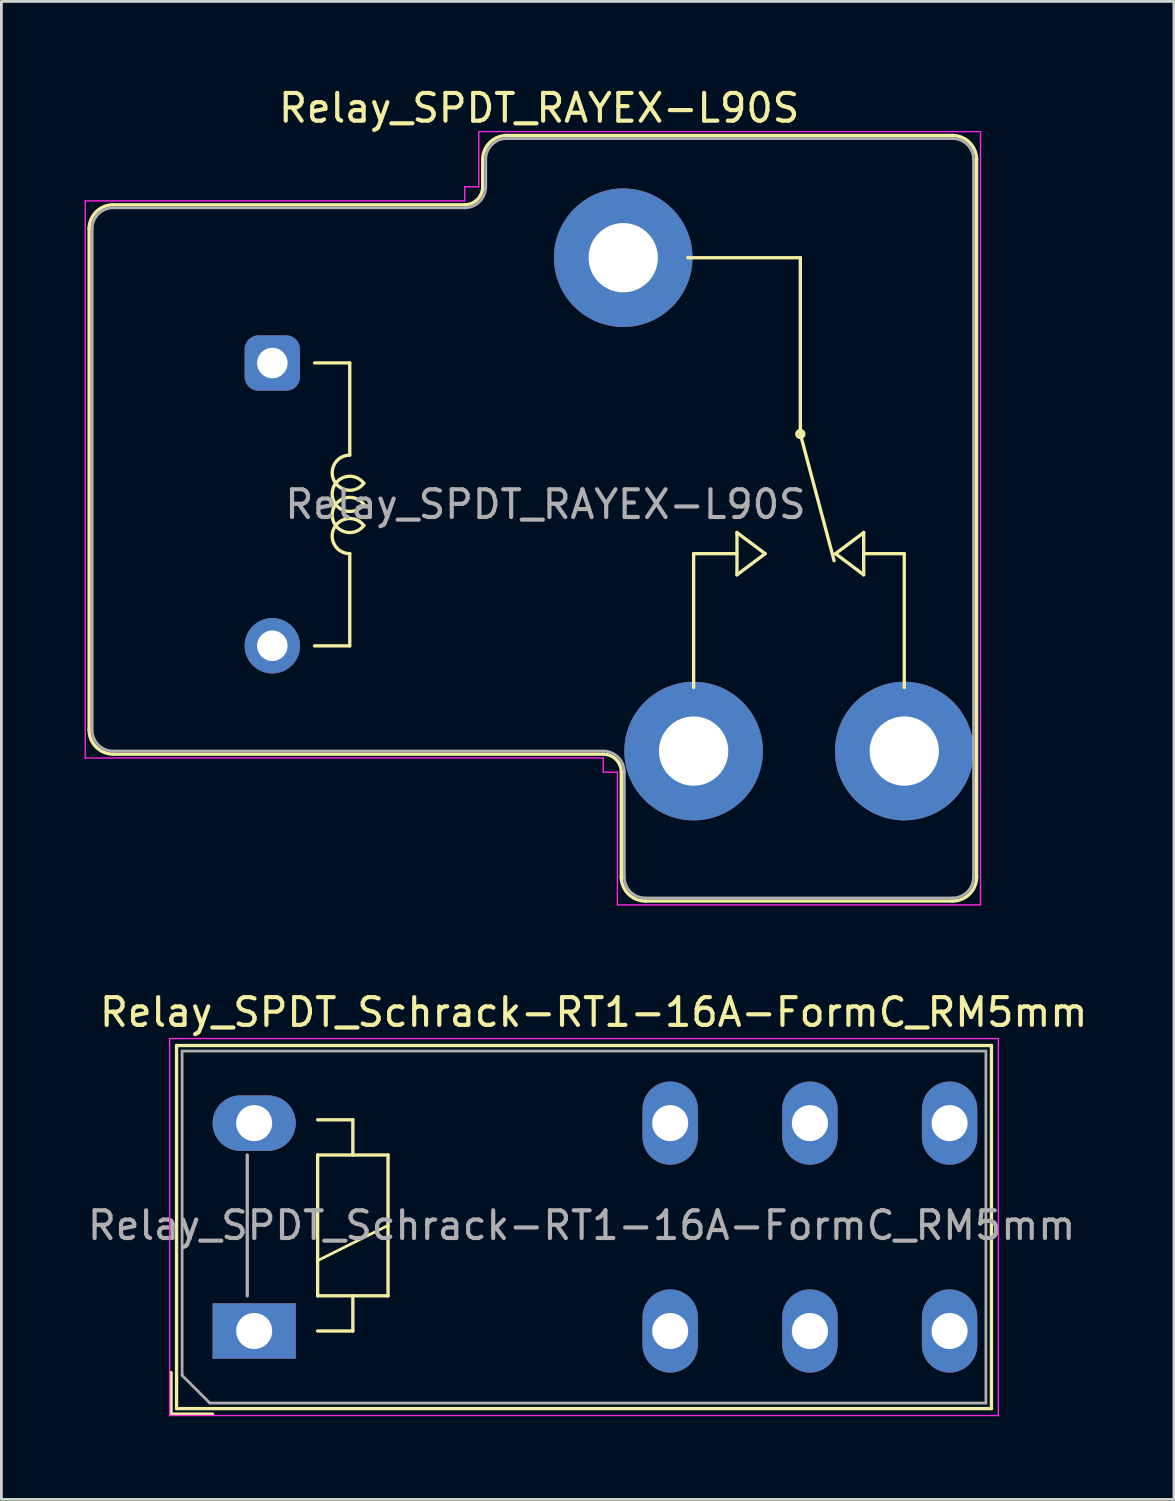
<source format=kicad_pcb>
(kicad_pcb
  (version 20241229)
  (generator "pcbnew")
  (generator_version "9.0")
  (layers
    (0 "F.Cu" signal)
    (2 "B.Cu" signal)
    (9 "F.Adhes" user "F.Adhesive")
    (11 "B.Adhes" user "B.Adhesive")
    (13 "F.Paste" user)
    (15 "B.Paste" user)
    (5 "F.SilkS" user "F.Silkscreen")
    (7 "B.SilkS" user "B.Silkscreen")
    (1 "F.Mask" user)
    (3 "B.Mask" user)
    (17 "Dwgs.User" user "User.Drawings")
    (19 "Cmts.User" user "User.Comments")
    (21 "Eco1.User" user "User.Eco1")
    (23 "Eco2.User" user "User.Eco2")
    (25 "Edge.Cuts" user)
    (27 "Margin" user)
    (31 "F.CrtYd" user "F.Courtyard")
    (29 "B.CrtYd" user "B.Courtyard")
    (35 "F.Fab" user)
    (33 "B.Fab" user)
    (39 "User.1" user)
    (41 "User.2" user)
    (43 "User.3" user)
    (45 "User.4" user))
  (footprint "Relay_SPDT_RAYEX-L90S"
    (layer "F.Cu")
    (at 4.235 15.148)
    (property "Reference" "Relay_SPDT_RAYEX-L90S" (at 12.167 -14.3 0) (layer "F.SilkS") (effects (font (size 1 1) (thickness 0.15))))
    (attr through_hole)
    (fp_line (start -4.07 -9.94) (end -4.07 8.14) (stroke (width 0.12) (type solid)) (layer "F.SilkS"))
    (fp_line (start -3.2 -10.81) (end 9.48 -10.81) (stroke (width 0.12) (type solid)) (layer "F.SilkS"))
    (fp_line (start -3.2 9.01) (end 14.48 9.01) (stroke (width 0.12) (type solid)) (layer "F.SilkS"))
    (fp_line (start 4.064 -5.105) (end 5.334 -5.105) (stroke (width 0.12) (type solid)) (layer "F.SilkS"))
    (fp_line (start 5.334 -1.778) (end 5.334 -5.105) (stroke (width 0.12) (type solid)) (layer "F.SilkS"))
    (fp_line (start 5.334 5.105) (end 4.064 5.105) (stroke (width 0.12) (type solid)) (layer "F.SilkS"))
    (fp_line (start 5.334 5.105) (end 5.334 1.778) (stroke (width 0.12) (type solid)) (layer "F.SilkS"))
    (fp_line (start 10.13 -12.44) (end 10.13 -11.46) (stroke (width 0.12) (type solid)) (layer "F.SilkS"))
    (fp_line (start 11 -13.31) (end 27.08 -13.31) (stroke (width 0.12) (type solid)) (layer "F.SilkS"))
    (fp_line (start 15.13 9.66) (end 15.13 13.44) (stroke (width 0.12) (type solid)) (layer "F.SilkS"))
    (fp_line (start 16 14.31) (end 27.08 14.31) (stroke (width 0.12) (type solid)) (layer "F.SilkS"))
    (fp_line (start 17.74 1.778) (end 19.304 1.778) (stroke (width 0.12) (type solid)) (layer "F.SilkS"))
    (fp_line (start 17.74 6.604) (end 17.74 1.778) (stroke (width 0.12) (type solid)) (layer "F.SilkS"))
    (fp_line (start 19.304 1.016) (end 19.304 2.54) (stroke (width 0.12) (type solid)) (layer "F.SilkS"))
    (fp_line (start 19.304 2.54) (end 20.32 1.778) (stroke (width 0.12) (type solid)) (layer "F.SilkS"))
    (fp_line (start 20.32 1.778) (end 19.304 1.016) (stroke (width 0.12) (type solid)) (layer "F.SilkS"))
    (fp_line (start 21.59 -8.9) (end 17.526 -8.9) (stroke (width 0.12) (type solid)) (layer "F.SilkS"))
    (fp_line (start 21.59 -2.54) (end 21.59 -8.9) (stroke (width 0.12) (type solid)) (layer "F.SilkS"))
    (fp_line (start 21.59 -2.54) (end 22.809 2.032) (stroke (width 0.12) (type solid)) (layer "F.SilkS"))
    (fp_line (start 22.86 1.778) (end 23.876 1.016) (stroke (width 0.12) (type solid)) (layer "F.SilkS"))
    (fp_line (start 23.876 1.778) (end 25.34 1.778) (stroke (width 0.12) (type solid)) (layer "F.SilkS"))
    (fp_line (start 23.876 2.54) (end 22.86 1.778) (stroke (width 0.12) (type solid)) (layer "F.SilkS"))
    (fp_line (start 23.876 2.54) (end 23.876 1.016) (stroke (width 0.12) (type solid)) (layer "F.SilkS"))
    (fp_line (start 25.34 1.778) (end 25.34 6.604) (stroke (width 0.12) (type solid)) (layer "F.SilkS"))
    (fp_line (start 27.95 -12.44) (end 27.95 13.44) (stroke (width 0.12) (type solid)) (layer "F.SilkS"))
    (fp_arc (start -4.07 -9.94) (mid -3.815183 -10.555183) (end -3.2 -10.81) (stroke (width 0.12) (type solid)) (layer "F.SilkS"))
    (fp_arc (start -3.2 9.01) (mid -3.815183 8.755183) (end -4.07 8.14) (stroke (width 0.12) (type solid)) (layer "F.SilkS"))
    (fp_arc (start 5.334002 1.777997) (mid 4.765966 0.859166) (end 5.841802 0.76173) (stroke (width 0.12) (type solid)) (layer "F.SilkS"))
    (fp_arc (start 5.8418 -0.761733) (mid 4.765964 -0.859168) (end 5.334 -1.778) (stroke (width 0.12) (type solid)) (layer "F.SilkS"))
    (fp_arc (start 5.842265 -0.000355) (mid 4.699002 -0.38078) (end 5.842 -0.762001) (stroke (width 0.12) (type solid)) (layer "F.SilkS"))
    (fp_arc (start 5.842266 0.761644) (mid 4.699003 0.381219) (end 5.842001 -0.000002) (stroke (width 0.12) (type solid)) (layer "F.SilkS"))
    (fp_arc (start 10.13 -12.44) (mid 10.384817 -13.055183) (end 11 -13.31) (stroke (width 0.12) (type solid)) (layer "F.SilkS"))
    (fp_arc (start 10.13 -11.46) (mid 9.939619 -11.000381) (end 9.48 -10.81) (stroke (width 0.12) (type solid)) (layer "F.SilkS"))
    (fp_arc (start 14.48 9.01) (mid 14.939619 9.200381) (end 15.13 9.66) (stroke (width 0.12) (type solid)) (layer "F.SilkS"))
    (fp_arc (start 16 14.31) (mid 15.384817 14.055183) (end 15.13 13.44) (stroke (width 0.12) (type solid)) (layer "F.SilkS"))
    (fp_arc (start 27.08 -13.31) (mid 27.695183 -13.055183) (end 27.95 -12.44) (stroke (width 0.12) (type solid)) (layer "F.SilkS"))
    (fp_arc (start 27.95 13.44) (mid 27.695183 14.055183) (end 27.08 14.31) (stroke (width 0.12) (type solid)) (layer "F.SilkS"))
    (fp_circle (center 21.59 -2.54) (end 21.59 -2.413) (stroke (width 0.12) (type solid)) (fill no) (layer "F.SilkS"))
    (fp_line (start -4.21 -10.95) (end -4.21 9.15) (stroke (width 0.05) (type solid)) (layer "F.CrtYd"))
    (fp_line (start -4.21 -10.95) (end 9.48 -10.95) (stroke (width 0.05) (type solid)) (layer "F.CrtYd"))
    (fp_line (start -4.21 9.15) (end 14.48 9.15) (stroke (width 0.05) (type solid)) (layer "F.CrtYd"))
    (fp_line (start 9.48 -11.46) (end 9.48 -10.95) (stroke (width 0.05) (type solid)) (layer "F.CrtYd"))
    (fp_line (start 9.48 -11.46) (end 9.99 -11.46) (stroke (width 0.05) (type solid)) (layer "F.CrtYd"))
    (fp_line (start 9.99 -13.45) (end 9.99 -11.46) (stroke (width 0.05) (type solid)) (layer "F.CrtYd"))
    (fp_line (start 9.99 -13.45) (end 28.09 -13.45) (stroke (width 0.05) (type solid)) (layer "F.CrtYd"))
    (fp_line (start 14.48 9.15) (end 14.48 9.66) (stroke (width 0.05) (type solid)) (layer "F.CrtYd"))
    (fp_line (start 14.48 9.66) (end 14.99 9.66) (stroke (width 0.05) (type solid)) (layer "F.CrtYd"))
    (fp_line (start 14.99 9.66) (end 14.99 14.45) (stroke (width 0.05) (type solid)) (layer "F.CrtYd"))
    (fp_line (start 14.99 14.45) (end 28.09 14.45) (stroke (width 0.05) (type solid)) (layer "F.CrtYd"))
    (fp_line (start 28.09 -13.45) (end 28.09 14.45) (stroke (width 0.05) (type solid)) (layer "F.CrtYd"))
    (fp_line (start -3.96 -9.94) (end -3.96 8.14) (stroke (width 0.1) (type solid)) (layer "F.Fab"))
    (fp_line (start -3.2 -10.7) (end 9.48 -10.7) (stroke (width 0.1) (type solid)) (layer "F.Fab"))
    (fp_line (start -3.2 8.9) (end 14.48 8.9) (stroke (width 0.1) (type solid)) (layer "F.Fab"))
    (fp_line (start 10.24 -12.44) (end 10.24 -11.46) (stroke (width 0.1) (type solid)) (layer "F.Fab"))
    (fp_line (start 11 -13.2) (end 27.08 -13.2) (stroke (width 0.1) (type solid)) (layer "F.Fab"))
    (fp_line (start 15.24 9.66) (end 15.24 13.44) (stroke (width 0.1) (type solid)) (layer "F.Fab"))
    (fp_line (start 16 14.2) (end 27.08 14.2) (stroke (width 0.1) (type solid)) (layer "F.Fab"))
    (fp_line (start 27.84 -12.44) (end 27.84 13.44) (stroke (width 0.1) (type solid)) (layer "F.Fab"))
    (fp_arc (start -3.96 -9.94) (mid -3.737401 -10.477401) (end -3.2 -10.7) (stroke (width 0.1) (type solid)) (layer "F.Fab"))
    (fp_arc (start -3.2 8.9) (mid -3.737401 8.677401) (end -3.96 8.14) (stroke (width 0.1) (type solid)) (layer "F.Fab"))
    (fp_arc (start 10.24 -12.44) (mid 10.462599 -12.977401) (end 11 -13.2) (stroke (width 0.1) (type solid)) (layer "F.Fab"))
    (fp_arc (start 10.24 -11.46) (mid 10.017401 -10.922599) (end 9.48 -10.7) (stroke (width 0.1) (type solid)) (layer "F.Fab"))
    (fp_arc (start 14.48 8.9) (mid 15.017401 9.122599) (end 15.24 9.66) (stroke (width 0.1) (type solid)) (layer "F.Fab"))
    (fp_arc (start 16 14.2) (mid 15.462599 13.977401) (end 15.24 13.44) (stroke (width 0.1) (type solid)) (layer "F.Fab"))
    (fp_arc (start 27.08 -13.2) (mid 27.617401 -12.977401) (end 27.84 -12.44) (stroke (width 0.1) (type solid)) (layer "F.Fab"))
    (fp_arc (start 27.84 13.44) (mid 27.617401 13.977401) (end 27.08 14.2) (stroke (width 0.1) (type solid)) (layer "F.Fab"))
    (fp_text user "${REFERENCE}" (at 12.395 0 0) (layer "F.Fab") (effects (font (size 1 1) (thickness 0.15))))
    (pad "11" thru_hole circle (at 15.2 -8.9 180) (size 5 5) (drill 2.5) (layers "*.Cu" "*.Mask"))
    (pad "12" thru_hole circle (at 25.34 8.9 180) (size 5 5) (drill 2.5) (layers "*.Cu" "*.Mask"))
    (pad "14" thru_hole circle (at 17.74 8.9 180) (size 5 5) (drill 2.5) (layers "*.Cu" "*.Mask"))
    (pad "A1" thru_hole roundrect (at 2.54 -5.1 180) (size 2 2) (drill 1.1) (layers "*.Cu" "*.Mask") (roundrect_rratio 0.25))
    (pad "A2" thru_hole circle (at 2.54 5.1 180) (size 2 2) (drill 1.1) (layers "*.Cu" "*.Mask")))
  (footprint "Relay_SPDT_Schrack-RT1-16A-FormC_RM5mm"
    (layer "F.Cu")
    (at 5.87 44.971)
    (property "Reference" "Relay_SPDT_Schrack-RT1-16A-FormC_RM5mm" (at 12.5 -11.5 0) (layer "F.SilkS") (effects (font (size 1 1) (thickness 0.15))))
    (attr through_hole)
    (fp_line (start -2.75 1.5) (end -2.75 3) (stroke (width 0.12) (type solid)) (layer "F.SilkS"))
    (fp_line (start -2.75 3) (end -1.25 3) (stroke (width 0.12) (type solid)) (layer "F.SilkS"))
    (fp_line (start -2.55 -10.3) (end -2.55 2.8) (stroke (width 0.12) (type solid)) (layer "F.SilkS"))
    (fp_line (start -2.55 2.8) (end 26.85 2.8) (stroke (width 0.12) (type solid)) (layer "F.SilkS"))
    (fp_line (start 2.54 -6.35) (end 2.54 -1.27) (stroke (width 0.12) (type solid)) (layer "F.SilkS"))
    (fp_line (start 2.54 -2.54) (end 5.08 -3.81) (stroke (width 0.1) (type solid)) (layer "F.SilkS"))
    (fp_line (start 2.54 -1.27) (end 3.81 -1.27) (stroke (width 0.12) (type solid)) (layer "F.SilkS"))
    (fp_line (start 2.54 0) (end 3.81 0) (stroke (width 0.12) (type solid)) (layer "F.SilkS"))
    (fp_line (start 3.81 -7.62) (end 2.54 -7.62) (stroke (width 0.12) (type solid)) (layer "F.SilkS"))
    (fp_line (start 3.81 -6.35) (end 3.81 -7.62) (stroke (width 0.12) (type solid)) (layer "F.SilkS"))
    (fp_line (start 3.81 -1.27) (end 5.08 -1.27) (stroke (width 0.12) (type solid)) (layer "F.SilkS"))
    (fp_line (start 3.81 0) (end 3.81 -1.27) (stroke (width 0.12) (type solid)) (layer "F.SilkS"))
    (fp_line (start 5.08 -6.35) (end 2.54 -6.35) (stroke (width 0.12) (type solid)) (layer "F.SilkS"))
    (fp_line (start 5.08 -1.27) (end 5.08 -6.35) (stroke (width 0.12) (type solid)) (layer "F.SilkS"))
    (fp_line (start 26.85 -10.3) (end -2.55 -10.3) (stroke (width 0.12) (type solid)) (layer "F.SilkS"))
    (fp_line (start 26.85 2.8) (end 26.85 -10.3) (stroke (width 0.12) (type solid)) (layer "F.SilkS"))
    (fp_line (start -2.8 -10.55) (end -2.8 3.05) (stroke (width 0.05) (type solid)) (layer "F.CrtYd"))
    (fp_line (start -2.8 3.05) (end 27.1 3.05) (stroke (width 0.05) (type solid)) (layer "F.CrtYd"))
    (fp_line (start 27.1 -10.55) (end -2.8 -10.55) (stroke (width 0.05) (type solid)) (layer "F.CrtYd"))
    (fp_line (start 27.1 3.05) (end 27.1 -10.55) (stroke (width 0.05) (type solid)) (layer "F.CrtYd"))
    (fp_line (start -2.35 -10.1) (end -2.35 1.6) (stroke (width 0.1) (type solid)) (layer "F.Fab"))
    (fp_line (start -2.35 1.6) (end -1.35 2.6) (stroke (width 0.1) (type solid)) (layer "F.Fab"))
    (fp_line (start -1.35 2.6) (end 26.65 2.6) (stroke (width 0.1) (type solid)) (layer "F.Fab"))
    (fp_line (start 0 -1.27) (end 0 -6.35) (stroke (width 0.12) (type solid)) (layer "F.Fab"))
    (fp_line (start 26.65 -10.1) (end -2.35 -10.1) (stroke (width 0.1) (type solid)) (layer "F.Fab"))
    (fp_line (start 26.65 2.6) (end 26.65 -10.1) (stroke (width 0.1) (type solid)) (layer "F.Fab"))
    (fp_text user "${REFERENCE}" (at 12.065 -3.81 180) (layer "F.Fab") (effects (font (size 1 1) (thickness 0.15))))
    (pad "11" thru_hole oval (at 20.3 -7.5 180) (size 2 3) (drill 1.3) (layers "*.Cu" "*.Mask"))
    (pad "11" thru_hole oval (at 20.3 0 180) (size 2 3) (drill 1.3) (layers "*.Cu" "*.Mask"))
    (pad "12" thru_hole oval (at 15.26 -7.5 180) (size 2 3) (drill 1.3) (layers "*.Cu" "*.Mask"))
    (pad "12" thru_hole oval (at 15.26 0 180) (size 2 3) (drill 1.3) (layers "*.Cu" "*.Mask"))
    (pad "14" thru_hole oval (at 25.34 -7.5 180) (size 2 3) (drill 1.3) (layers "*.Cu" "*.Mask"))
    (pad "14" thru_hole oval (at 25.34 0 180) (size 2 3) (drill 1.3) (layers "*.Cu" "*.Mask"))
    (pad "A1" thru_hole rect (at 0.25 0 180) (size 3 2) (drill 1.3) (layers "*.Cu" "*.Mask"))
    (pad "A2" thru_hole oval (at 0.25 -7.5 180) (size 3 2) (drill 1.3) (layers "*.Cu" "*.Mask")))
  (gr_rect
    (start -3 -3)
    (end 39.304 51.047)
    (stroke (width 0.1) (type default))
    (fill no)
    (layer "Edge.Cuts")))
</source>
